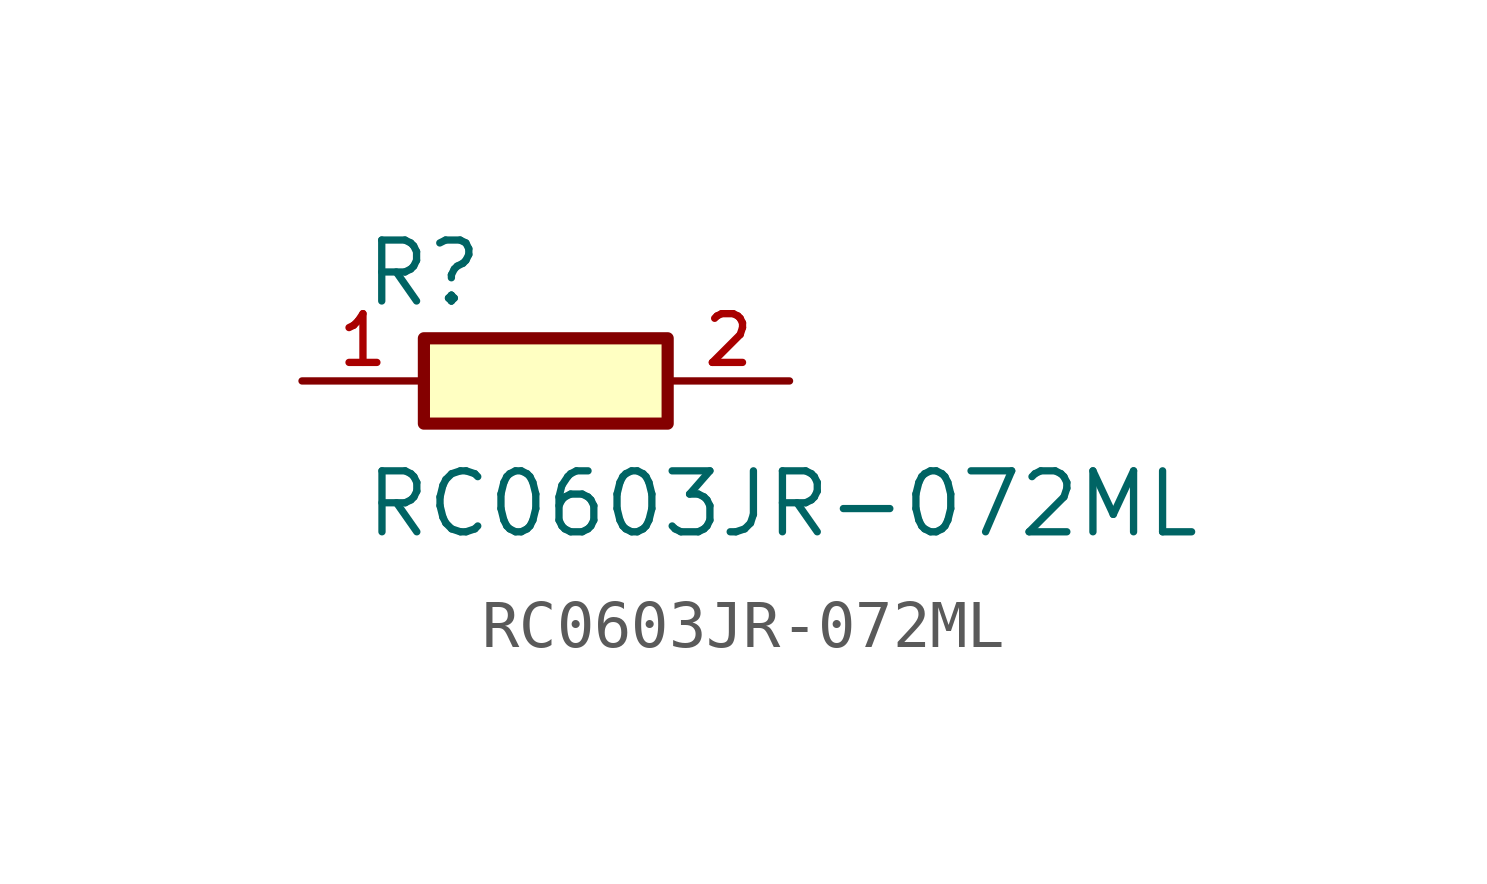
<source format=kicad_sym>
(kicad_symbol_lib
  (version 20211014)
  (generator kicad_symbol_editor)
  (symbol "RC0603JR-072ML"
    (pin_names
      (offset 1.016))
    (property "Reference" "R"
      (at -3.821 1.503 0)
      (effects (font (size 1.27 1.27)) (justify bottom left)))
    (property "Value" "RC0603JR-072ML"
      (at -3.816 -3.307 0)
      (effects (font (size 1.27 1.27)) (justify bottom left)))
    (symbol "RC0603JR-072ML_0_0"
      (rectangle (start -2.54 -0.889) (end 2.54 0.889) (stroke (width 0.254)) (fill (type background)))
      (pin passive line (at 5.08 0.0 180.0) (length 2.54) (name "~" (effects (font (size 1.016 1.016)))) (number "2" (effects (font (size 1.016 1.016)))))
      (pin passive line (at -5.08 0.0 0) (length 2.54) (name "~" (effects (font (size 1.016 1.016)))) (number "1" (effects (font (size 1.016 1.016))))))))
</source>
